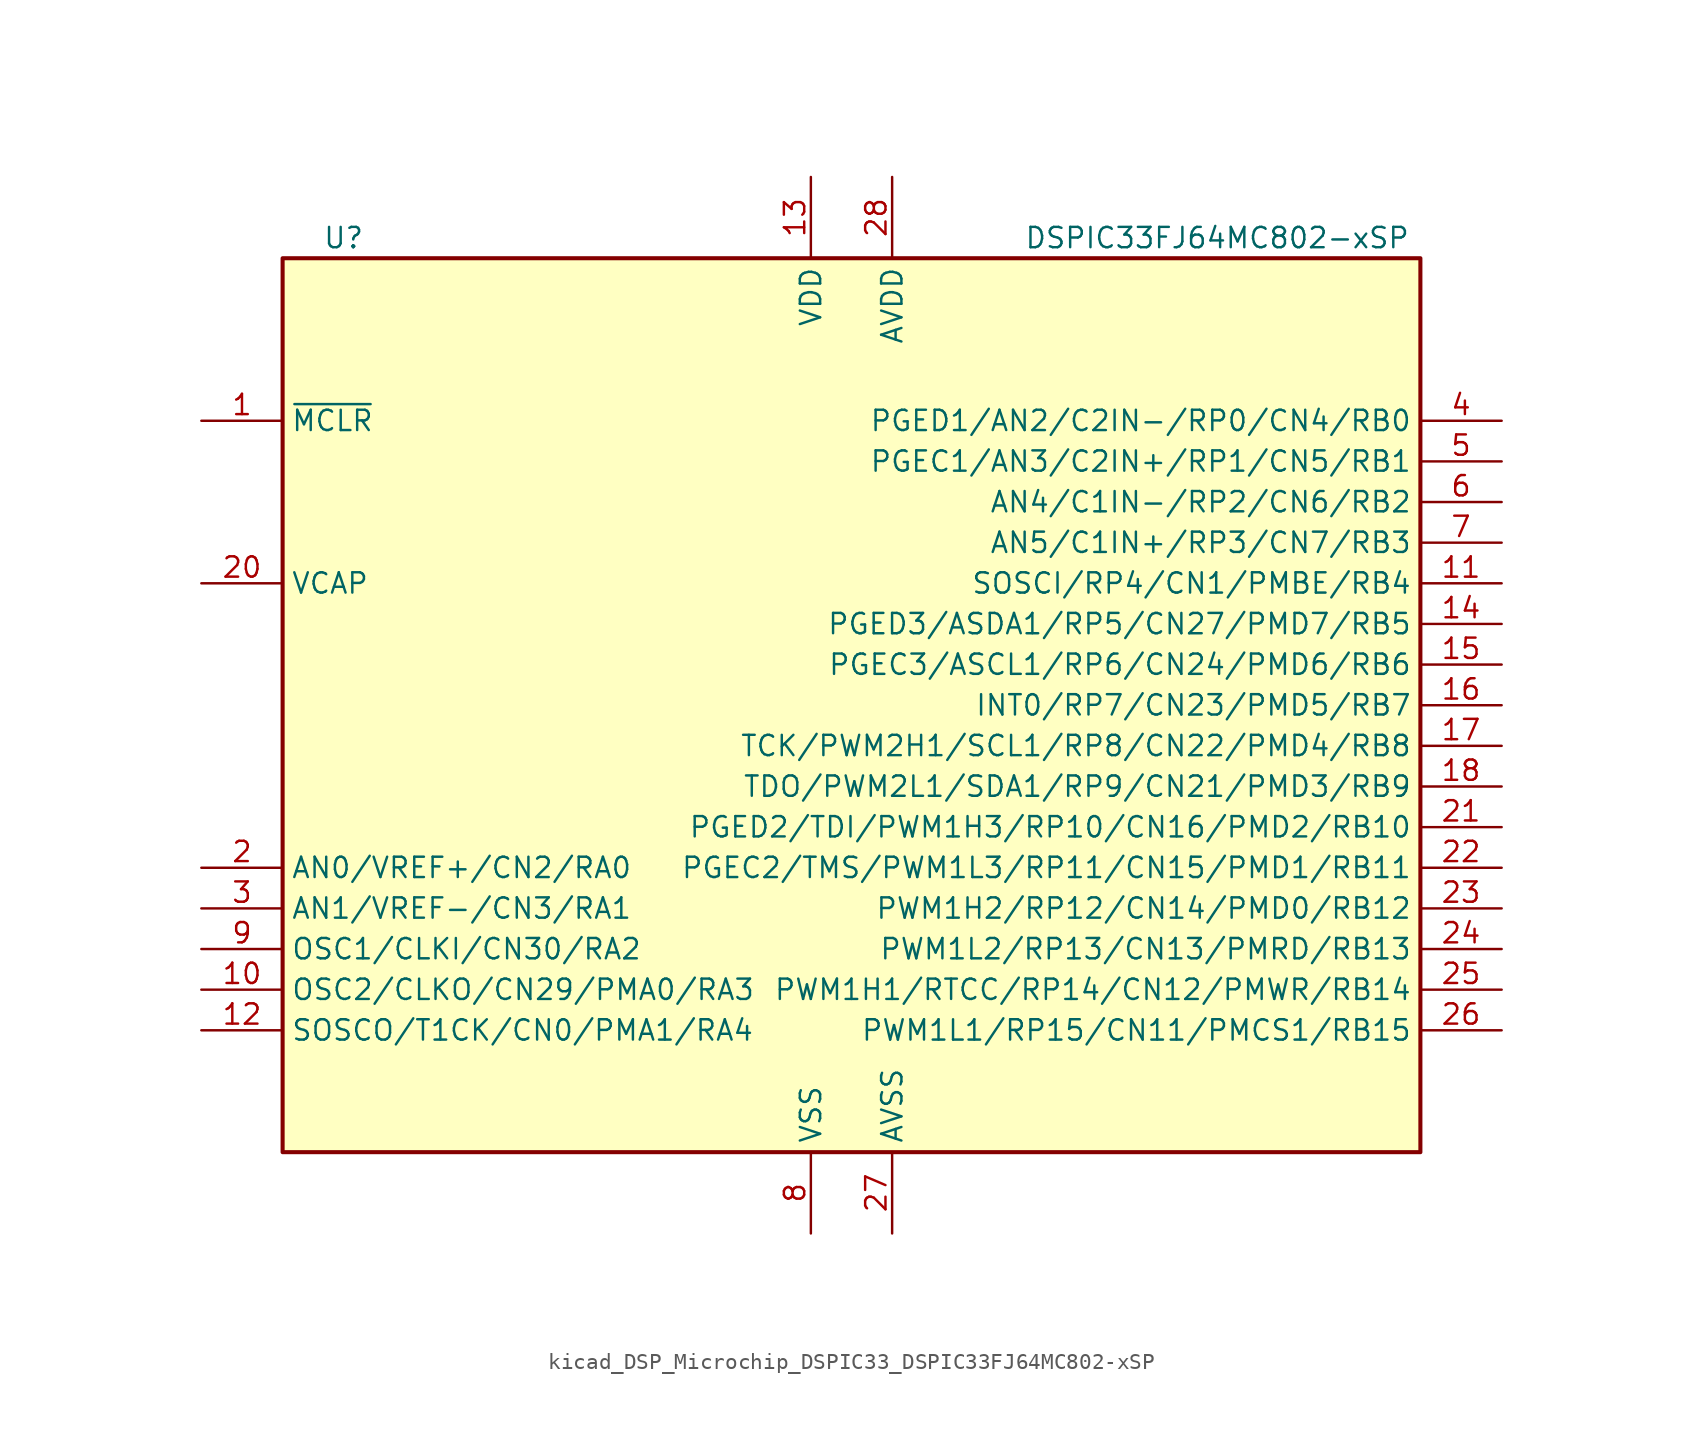
<source format=kicad_sym>
(kicad_symbol_lib
  (version 20220914)
  (generator kicad_symbol_editor)
  (symbol "kicad_DSP_Microchip_DSPIC33_DSPIC33FJ64MC802-xSP"
    (property "Reference" "U"
      (at -31.75 29.21 0)
      (effects (font (size 1.27 1.27))))
    (property "Value" "DSPIC33FJ64MC802-xSP"
      (at 22.86 29.21 0)
      (effects (font (size 1.27 1.27))))
    (symbol "kicad_DSP_Microchip_DSPIC33_DSPIC33FJ64MC802-xSP_0_1"
      (rectangle (start -35.56 27.94) (end 35.56 -27.94) (stroke (width 0.254) (type default)) (fill (type background))))
    (symbol "kicad_DSP_Microchip_DSPIC33_DSPIC33FJ64MC802-xSP_1_1"
      (pin input line (at -40.64 17.78 0) (length 5.08) (name "~{MCLR}" (effects (font (size 1.27 1.27)))) (number "1" (effects (font (size 1.27 1.27)))))
      (pin bidirectional line (at -40.64 -17.78 0) (length 5.08) (name "OSC2/CLKO/CN29/PMA0/RA3" (effects (font (size 1.27 1.27)))) (number "10" (effects (font (size 1.27 1.27)))))
      (pin bidirectional line (at 40.64 7.62 180) (length 5.08) (name "SOSCI/RP4/CN1/PMBE/RB4" (effects (font (size 1.27 1.27)))) (number "11" (effects (font (size 1.27 1.27)))))
      (pin bidirectional line (at -40.64 -20.32 0) (length 5.08) (name "SOSCO/T1CK/CN0/PMA1/RA4" (effects (font (size 1.27 1.27)))) (number "12" (effects (font (size 1.27 1.27)))))
      (pin power_in line (at -2.54 33.02 270) (length 5.08) (name "VDD" (effects (font (size 1.27 1.27)))) (number "13" (effects (font (size 1.27 1.27)))))
      (pin bidirectional line (at 40.64 5.08 180) (length 5.08) (name "PGED3/ASDA1/RP5/CN27/PMD7/RB5" (effects (font (size 1.27 1.27)))) (number "14" (effects (font (size 1.27 1.27)))))
      (pin bidirectional line (at 40.64 2.54 180) (length 5.08) (name "PGEC3/ASCL1/RP6/CN24/PMD6/RB6" (effects (font (size 1.27 1.27)))) (number "15" (effects (font (size 1.27 1.27)))))
      (pin bidirectional line (at 40.64 0 180) (length 5.08) (name "INT0/RP7/CN23/PMD5/RB7" (effects (font (size 1.27 1.27)))) (number "16" (effects (font (size 1.27 1.27)))))
      (pin bidirectional line (at 40.64 -2.54 180) (length 5.08) (name "TCK/PWM2H1/SCL1/RP8/CN22/PMD4/RB8" (effects (font (size 1.27 1.27)))) (number "17" (effects (font (size 1.27 1.27)))))
      (pin bidirectional line (at 40.64 -5.08 180) (length 5.08) (name "TDO/PWM2L1/SDA1/RP9/CN21/PMD3/RB9" (effects (font (size 1.27 1.27)))) (number "18" (effects (font (size 1.27 1.27)))))
      (pin passive line (at -2.54 -33.02 90) (length 5.08) hide (name "VSS" (effects (font (size 1.27 1.27)))) (number "19" (effects (font (size 1.27 1.27)))))
      (pin bidirectional line (at -40.64 -10.16 0) (length 5.08) (name "AN0/VREF+/CN2/RA0" (effects (font (size 1.27 1.27)))) (number "2" (effects (font (size 1.27 1.27)))))
      (pin passive line (at -40.64 7.62 0) (length 5.08) (name "VCAP" (effects (font (size 1.27 1.27)))) (number "20" (effects (font (size 1.27 1.27)))))
      (pin bidirectional line (at 40.64 -7.62 180) (length 5.08) (name "PGED2/TDI/PWM1H3/RP10/CN16/PMD2/RB10" (effects (font (size 1.27 1.27)))) (number "21" (effects (font (size 1.27 1.27)))))
      (pin bidirectional line (at 40.64 -10.16 180) (length 5.08) (name "PGEC2/TMS/PWM1L3/RP11/CN15/PMD1/RB11" (effects (font (size 1.27 1.27)))) (number "22" (effects (font (size 1.27 1.27)))))
      (pin bidirectional line (at 40.64 -12.7 180) (length 5.08) (name "PWM1H2/RP12/CN14/PMD0/RB12" (effects (font (size 1.27 1.27)))) (number "23" (effects (font (size 1.27 1.27)))))
      (pin bidirectional line (at 40.64 -15.24 180) (length 5.08) (name "PWM1L2/RP13/CN13/PMRD/RB13" (effects (font (size 1.27 1.27)))) (number "24" (effects (font (size 1.27 1.27)))))
      (pin bidirectional line (at 40.64 -17.78 180) (length 5.08) (name "PWM1H1/RTCC/RP14/CN12/PMWR/RB14" (effects (font (size 1.27 1.27)))) (number "25" (effects (font (size 1.27 1.27)))))
      (pin bidirectional line (at 40.64 -20.32 180) (length 5.08) (name "PWM1L1/RP15/CN11/PMCS1/RB15" (effects (font (size 1.27 1.27)))) (number "26" (effects (font (size 1.27 1.27)))))
      (pin power_in line (at 2.54 -33.02 90) (length 5.08) (name "AVSS" (effects (font (size 1.27 1.27)))) (number "27" (effects (font (size 1.27 1.27)))))
      (pin power_in line (at 2.54 33.02 270) (length 5.08) (name "AVDD" (effects (font (size 1.27 1.27)))) (number "28" (effects (font (size 1.27 1.27)))))
      (pin bidirectional line (at -40.64 -12.7 0) (length 5.08) (name "AN1/VREF-/CN3/RA1" (effects (font (size 1.27 1.27)))) (number "3" (effects (font (size 1.27 1.27)))))
      (pin bidirectional line (at 40.64 17.78 180) (length 5.08) (name "PGED1/AN2/C2IN-/RP0/CN4/RB0" (effects (font (size 1.27 1.27)))) (number "4" (effects (font (size 1.27 1.27)))))
      (pin bidirectional line (at 40.64 15.24 180) (length 5.08) (name "PGEC1/AN3/C2IN+/RP1/CN5/RB1" (effects (font (size 1.27 1.27)))) (number "5" (effects (font (size 1.27 1.27)))))
      (pin bidirectional line (at 40.64 12.7 180) (length 5.08) (name "AN4/C1IN-/RP2/CN6/RB2" (effects (font (size 1.27 1.27)))) (number "6" (effects (font (size 1.27 1.27)))))
      (pin bidirectional line (at 40.64 10.16 180) (length 5.08) (name "AN5/C1IN+/RP3/CN7/RB3" (effects (font (size 1.27 1.27)))) (number "7" (effects (font (size 1.27 1.27)))))
      (pin power_in line (at -2.54 -33.02 90) (length 5.08) (name "VSS" (effects (font (size 1.27 1.27)))) (number "8" (effects (font (size 1.27 1.27)))))
      (pin bidirectional line (at -40.64 -15.24 0) (length 5.08) (name "OSC1/CLKI/CN30/RA2" (effects (font (size 1.27 1.27)))) (number "9" (effects (font (size 1.27 1.27))))))))
</source>
